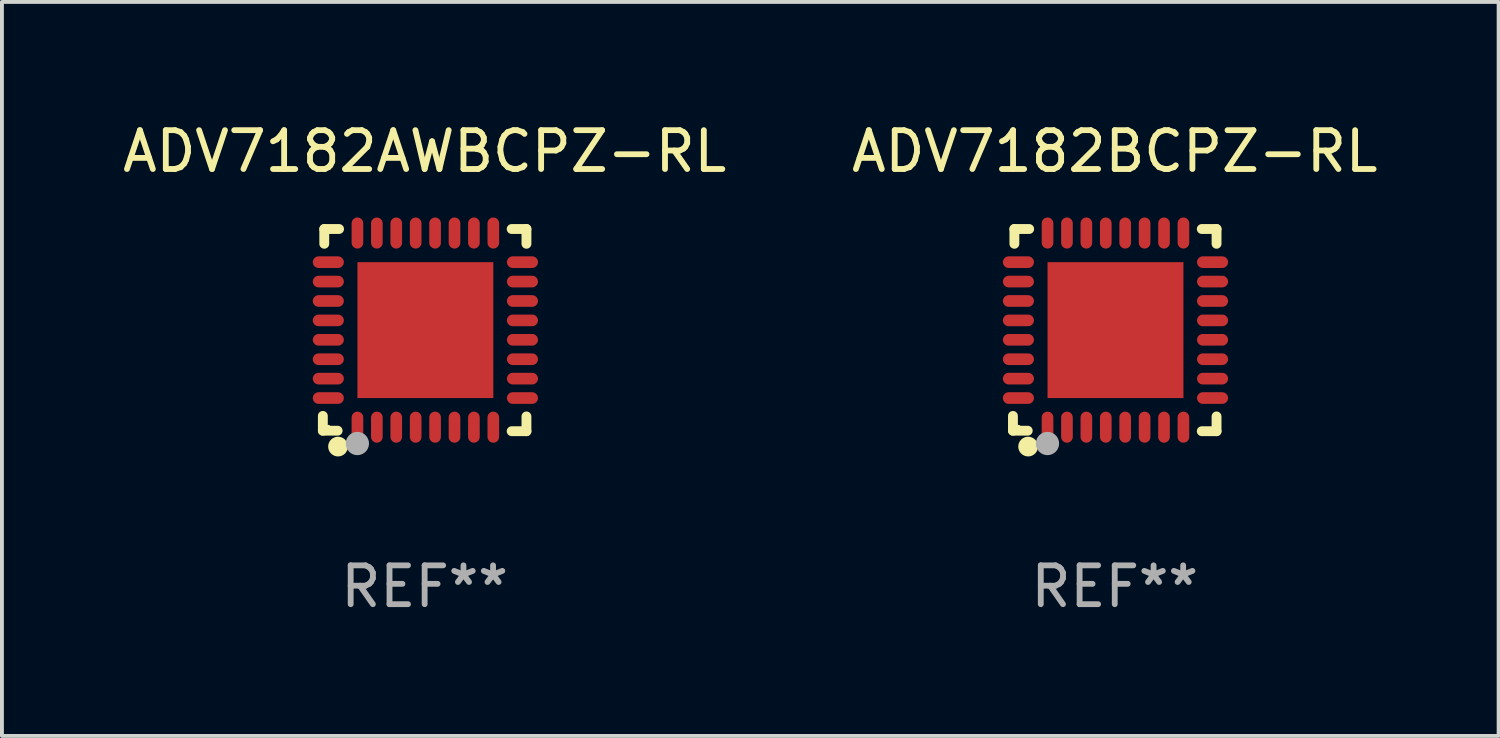
<source format=kicad_pcb>
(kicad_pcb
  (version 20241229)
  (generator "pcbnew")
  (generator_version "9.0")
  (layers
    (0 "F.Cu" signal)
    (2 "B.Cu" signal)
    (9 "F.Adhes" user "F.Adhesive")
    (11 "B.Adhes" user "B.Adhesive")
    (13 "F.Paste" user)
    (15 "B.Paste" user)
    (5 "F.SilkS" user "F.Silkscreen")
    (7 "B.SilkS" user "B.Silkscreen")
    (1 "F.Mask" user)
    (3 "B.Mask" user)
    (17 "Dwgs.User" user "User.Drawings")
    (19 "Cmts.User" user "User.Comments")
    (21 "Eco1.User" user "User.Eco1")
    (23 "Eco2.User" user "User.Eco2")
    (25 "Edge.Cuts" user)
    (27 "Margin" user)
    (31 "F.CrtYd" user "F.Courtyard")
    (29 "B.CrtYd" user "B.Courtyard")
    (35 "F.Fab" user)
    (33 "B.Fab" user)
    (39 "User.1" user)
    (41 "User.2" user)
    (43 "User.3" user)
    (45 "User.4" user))
  (footprint "ADV7182AWBCPZ-RL"
    (layer "F.Cu")
    (at 7.887 5.452)
    (property "Reference" "ADV7182AWBCPZ-RL" (at 0 -4.604 0) (layer "F.SilkS") (effects (font (size 1 1) (thickness 0.15))))
    (attr through_hole)
    (fp_line (start -2.622 2.21) (end -2.622 2.591) (stroke (width 0.254) (type solid)) (layer "F.SilkS"))
    (fp_line (start -2.622 2.591) (end -2.241 2.591) (stroke (width 0.254) (type solid)) (layer "F.SilkS"))
    (fp_line (start -2.585 -2.604) (end -2.585 -2.223) (stroke (width 0.254) (type solid)) (layer "F.SilkS"))
    (fp_line (start -2.204 -2.604) (end -2.585 -2.604) (stroke (width 0.254) (type solid)) (layer "F.SilkS"))
    (fp_line (start 2.241 2.604) (end 2.622 2.604) (stroke (width 0.254) (type solid)) (layer "F.SilkS"))
    (fp_line (start 2.622 -2.604) (end 2.241 -2.604) (stroke (width 0.254) (type solid)) (layer "F.SilkS"))
    (fp_line (start 2.622 -2.223) (end 2.622 -2.604) (stroke (width 0.254) (type solid)) (layer "F.SilkS"))
    (fp_line (start 2.622 2.604) (end 2.622 2.223) (stroke (width 0.254) (type solid)) (layer "F.SilkS"))
    (fp_circle (center -2.481 2.5) (end -2.451 2.5) (stroke (width 0.06) (type solid)) (fill no) (layer "F.SilkS"))
    (fp_circle (center -2.231 3) (end -2.104 3) (stroke (width 0.254) (type solid)) (fill no) (layer "F.SilkS"))
    (fp_circle (center -1.733 2.921) (end -1.583 2.921) (stroke (width 0.3) (type solid)) (fill no) (layer "F.Fab"))
    (fp_text user "REF**" (at 0 6.604 0) (layer "F.Fab") (effects (font (size 1 1) (thickness 0.15))))
    (pad "1" smd oval (at -1.731 2.5 90) (size 0.8 0.3) (layers "F.Cu" "F.Mask" "F.Paste"))
    (pad "2" smd oval (at -1.231 2.5 90) (size 0.8 0.3) (layers "F.Cu" "F.Mask" "F.Paste"))
    (pad "3" smd oval (at -0.731 2.5 90) (size 0.8 0.3) (layers "F.Cu" "F.Mask" "F.Paste"))
    (pad "4" smd oval (at -0.231 2.5 90) (size 0.8 0.3) (layers "F.Cu" "F.Mask" "F.Paste"))
    (pad "5" smd oval (at 0.269 2.5 90) (size 0.8 0.3) (layers "F.Cu" "F.Mask" "F.Paste"))
    (pad "6" smd oval (at 0.769 2.5 90) (size 0.8 0.3) (layers "F.Cu" "F.Mask" "F.Paste"))
    (pad "7" smd oval (at 1.269 2.5 90) (size 0.8 0.3) (layers "F.Cu" "F.Mask" "F.Paste"))
    (pad "8" smd oval (at 1.769 2.5 90) (size 0.8 0.3) (layers "F.Cu" "F.Mask" "F.Paste"))
    (pad "9" smd oval (at 2.519 1.75 180) (size 0.8 0.3) (layers "F.Cu" "F.Mask" "F.Paste"))
    (pad "10" smd oval (at 2.519 1.25 180) (size 0.8 0.3) (layers "F.Cu" "F.Mask" "F.Paste"))
    (pad "11" smd oval (at 2.519 0.75 180) (size 0.8 0.3) (layers "F.Cu" "F.Mask" "F.Paste"))
    (pad "12" smd oval (at 2.519 0.25 180) (size 0.8 0.3) (layers "F.Cu" "F.Mask" "F.Paste"))
    (pad "13" smd oval (at 2.519 -0.25 180) (size 0.8 0.3) (layers "F.Cu" "F.Mask" "F.Paste"))
    (pad "14" smd oval (at 2.519 -0.75 180) (size 0.8 0.3) (layers "F.Cu" "F.Mask" "F.Paste"))
    (pad "15" smd oval (at 2.519 -1.25 180) (size 0.8 0.3) (layers "F.Cu" "F.Mask" "F.Paste"))
    (pad "16" smd oval (at 2.519 -1.75 180) (size 0.8 0.3) (layers "F.Cu" "F.Mask" "F.Paste"))
    (pad "17" smd oval (at 1.769 -2.5 270) (size 0.8 0.3) (layers "F.Cu" "F.Mask" "F.Paste"))
    (pad "18" smd oval (at 1.269 -2.5 270) (size 0.8 0.3) (layers "F.Cu" "F.Mask" "F.Paste"))
    (pad "19" smd oval (at 0.769 -2.5 270) (size 0.8 0.3) (layers "F.Cu" "F.Mask" "F.Paste"))
    (pad "20" smd oval (at 0.269 -2.5 270) (size 0.8 0.3) (layers "F.Cu" "F.Mask" "F.Paste"))
    (pad "21" smd oval (at -0.231 -2.5 270) (size 0.8 0.3) (layers "F.Cu" "F.Mask" "F.Paste"))
    (pad "22" smd oval (at -0.731 -2.5 270) (size 0.8 0.3) (layers "F.Cu" "F.Mask" "F.Paste"))
    (pad "23" smd oval (at -1.231 -2.5 270) (size 0.8 0.3) (layers "F.Cu" "F.Mask" "F.Paste"))
    (pad "24" smd oval (at -1.731 -2.5 270) (size 0.8 0.3) (layers "F.Cu" "F.Mask" "F.Paste"))
    (pad "25" smd oval (at -2.481 -1.75) (size 0.8 0.3) (layers "F.Cu" "F.Mask" "F.Paste"))
    (pad "26" smd oval (at -2.481 -1.25) (size 0.8 0.3) (layers "F.Cu" "F.Mask" "F.Paste"))
    (pad "27" smd oval (at -2.481 -0.75) (size 0.8 0.3) (layers "F.Cu" "F.Mask" "F.Paste"))
    (pad "28" smd oval (at -2.481 -0.25) (size 0.8 0.3) (layers "F.Cu" "F.Mask" "F.Paste"))
    (pad "29" smd oval (at -2.481 0.25) (size 0.8 0.3) (layers "F.Cu" "F.Mask" "F.Paste"))
    (pad "30" smd oval (at -2.481 0.75) (size 0.8 0.3) (layers "F.Cu" "F.Mask" "F.Paste"))
    (pad "31" smd oval (at -2.481 1.25) (size 0.8 0.3) (layers "F.Cu" "F.Mask" "F.Paste"))
    (pad "32" smd oval (at -2.481 1.75) (size 0.8 0.3) (layers "F.Cu" "F.Mask" "F.Paste"))
    (pad "33" smd rect (at 0.019 -0.000025 90) (size 3.5 3.5) (layers "F.Cu" "F.Mask" "F.Paste")))
  (footprint "ADV7182BCPZ-RL"
    (layer "F.Cu")
    (at 25.661 5.452)
    (property "Reference" "ADV7182BCPZ-RL" (at 0 -4.604 0) (layer "F.SilkS") (effects (font (size 1 1) (thickness 0.15))))
    (attr through_hole)
    (fp_line (start -2.622 2.21) (end -2.622 2.591) (stroke (width 0.254) (type solid)) (layer "F.SilkS"))
    (fp_line (start -2.622 2.591) (end -2.241 2.591) (stroke (width 0.254) (type solid)) (layer "F.SilkS"))
    (fp_line (start -2.585 -2.604) (end -2.585 -2.223) (stroke (width 0.254) (type solid)) (layer "F.SilkS"))
    (fp_line (start -2.204 -2.604) (end -2.585 -2.604) (stroke (width 0.254) (type solid)) (layer "F.SilkS"))
    (fp_line (start 2.241 2.604) (end 2.622 2.604) (stroke (width 0.254) (type solid)) (layer "F.SilkS"))
    (fp_line (start 2.622 -2.604) (end 2.241 -2.604) (stroke (width 0.254) (type solid)) (layer "F.SilkS"))
    (fp_line (start 2.622 -2.223) (end 2.622 -2.604) (stroke (width 0.254) (type solid)) (layer "F.SilkS"))
    (fp_line (start 2.622 2.604) (end 2.622 2.223) (stroke (width 0.254) (type solid)) (layer "F.SilkS"))
    (fp_circle (center -2.481 2.5) (end -2.451 2.5) (stroke (width 0.06) (type solid)) (fill no) (layer "F.SilkS"))
    (fp_circle (center -2.231 3) (end -2.104 3) (stroke (width 0.254) (type solid)) (fill no) (layer "F.SilkS"))
    (fp_circle (center -1.733 2.921) (end -1.583 2.921) (stroke (width 0.3) (type solid)) (fill no) (layer "F.Fab"))
    (fp_text user "REF**" (at 0 6.604 0) (layer "F.Fab") (effects (font (size 1 1) (thickness 0.15))))
    (pad "1" smd oval (at -1.731 2.5 90) (size 0.8 0.3) (layers "F.Cu" "F.Mask" "F.Paste"))
    (pad "2" smd oval (at -1.231 2.5 90) (size 0.8 0.3) (layers "F.Cu" "F.Mask" "F.Paste"))
    (pad "3" smd oval (at -0.731 2.5 90) (size 0.8 0.3) (layers "F.Cu" "F.Mask" "F.Paste"))
    (pad "4" smd oval (at -0.231 2.5 90) (size 0.8 0.3) (layers "F.Cu" "F.Mask" "F.Paste"))
    (pad "5" smd oval (at 0.269 2.5 90) (size 0.8 0.3) (layers "F.Cu" "F.Mask" "F.Paste"))
    (pad "6" smd oval (at 0.769 2.5 90) (size 0.8 0.3) (layers "F.Cu" "F.Mask" "F.Paste"))
    (pad "7" smd oval (at 1.269 2.5 90) (size 0.8 0.3) (layers "F.Cu" "F.Mask" "F.Paste"))
    (pad "8" smd oval (at 1.769 2.5 90) (size 0.8 0.3) (layers "F.Cu" "F.Mask" "F.Paste"))
    (pad "9" smd oval (at 2.519 1.75 180) (size 0.8 0.3) (layers "F.Cu" "F.Mask" "F.Paste"))
    (pad "10" smd oval (at 2.519 1.25 180) (size 0.8 0.3) (layers "F.Cu" "F.Mask" "F.Paste"))
    (pad "11" smd oval (at 2.519 0.75 180) (size 0.8 0.3) (layers "F.Cu" "F.Mask" "F.Paste"))
    (pad "12" smd oval (at 2.519 0.25 180) (size 0.8 0.3) (layers "F.Cu" "F.Mask" "F.Paste"))
    (pad "13" smd oval (at 2.519 -0.25 180) (size 0.8 0.3) (layers "F.Cu" "F.Mask" "F.Paste"))
    (pad "14" smd oval (at 2.519 -0.75 180) (size 0.8 0.3) (layers "F.Cu" "F.Mask" "F.Paste"))
    (pad "15" smd oval (at 2.519 -1.25 180) (size 0.8 0.3) (layers "F.Cu" "F.Mask" "F.Paste"))
    (pad "16" smd oval (at 2.519 -1.75 180) (size 0.8 0.3) (layers "F.Cu" "F.Mask" "F.Paste"))
    (pad "17" smd oval (at 1.769 -2.5 270) (size 0.8 0.3) (layers "F.Cu" "F.Mask" "F.Paste"))
    (pad "18" smd oval (at 1.269 -2.5 270) (size 0.8 0.3) (layers "F.Cu" "F.Mask" "F.Paste"))
    (pad "19" smd oval (at 0.769 -2.5 270) (size 0.8 0.3) (layers "F.Cu" "F.Mask" "F.Paste"))
    (pad "20" smd oval (at 0.269 -2.5 270) (size 0.8 0.3) (layers "F.Cu" "F.Mask" "F.Paste"))
    (pad "21" smd oval (at -0.231 -2.5 270) (size 0.8 0.3) (layers "F.Cu" "F.Mask" "F.Paste"))
    (pad "22" smd oval (at -0.731 -2.5 270) (size 0.8 0.3) (layers "F.Cu" "F.Mask" "F.Paste"))
    (pad "23" smd oval (at -1.231 -2.5 270) (size 0.8 0.3) (layers "F.Cu" "F.Mask" "F.Paste"))
    (pad "24" smd oval (at -1.731 -2.5 270) (size 0.8 0.3) (layers "F.Cu" "F.Mask" "F.Paste"))
    (pad "25" smd oval (at -2.481 -1.75) (size 0.8 0.3) (layers "F.Cu" "F.Mask" "F.Paste"))
    (pad "26" smd oval (at -2.481 -1.25) (size 0.8 0.3) (layers "F.Cu" "F.Mask" "F.Paste"))
    (pad "27" smd oval (at -2.481 -0.75) (size 0.8 0.3) (layers "F.Cu" "F.Mask" "F.Paste"))
    (pad "28" smd oval (at -2.481 -0.25) (size 0.8 0.3) (layers "F.Cu" "F.Mask" "F.Paste"))
    (pad "29" smd oval (at -2.481 0.25) (size 0.8 0.3) (layers "F.Cu" "F.Mask" "F.Paste"))
    (pad "30" smd oval (at -2.481 0.75) (size 0.8 0.3) (layers "F.Cu" "F.Mask" "F.Paste"))
    (pad "31" smd oval (at -2.481 1.25) (size 0.8 0.3) (layers "F.Cu" "F.Mask" "F.Paste"))
    (pad "32" smd oval (at -2.481 1.75) (size 0.8 0.3) (layers "F.Cu" "F.Mask" "F.Paste"))
    (pad "33" smd rect (at 0.019 -0.000025 90) (size 3.5 3.5) (layers "F.Cu" "F.Mask" "F.Paste")))
  (gr_rect
    (start -3 -3)
    (end 35.548 15.904)
    (stroke (width 0.1) (type default))
    (fill no)
    (layer "Edge.Cuts")))
</source>
